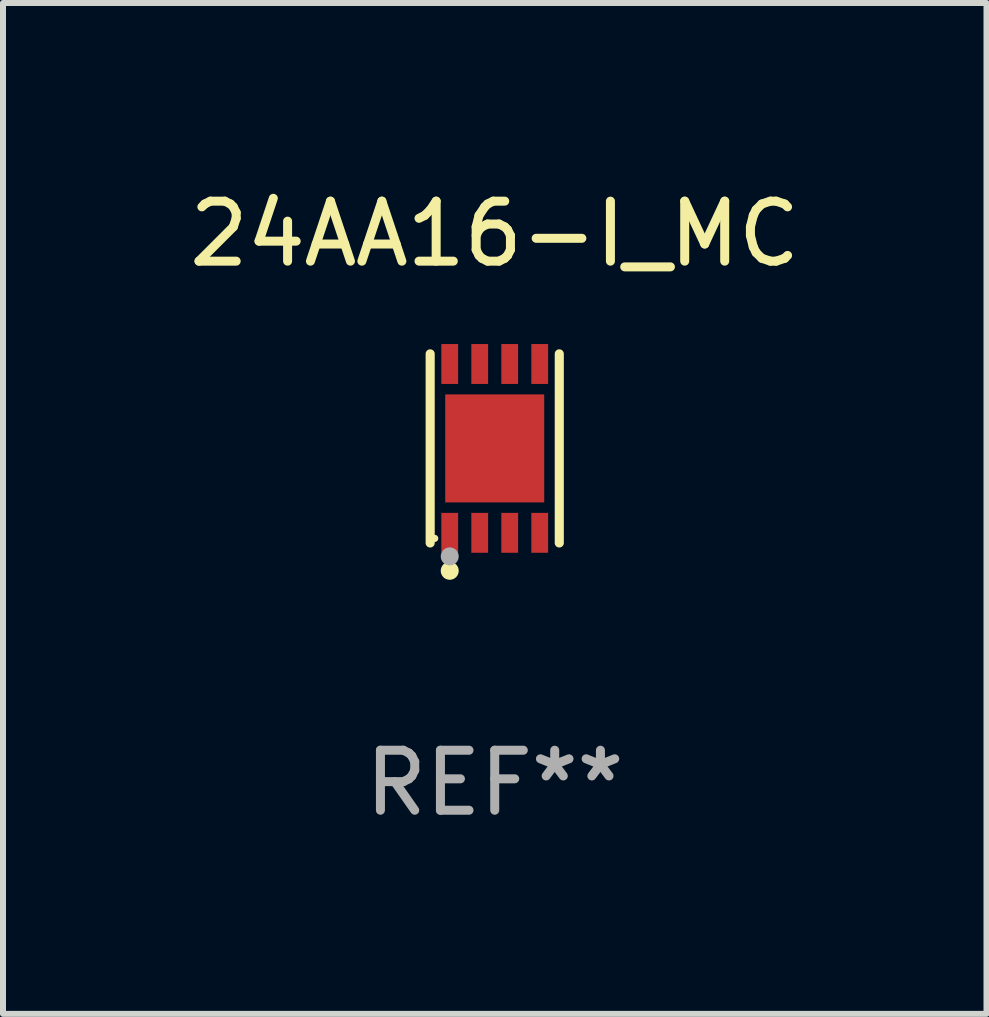
<source format=kicad_pcb>
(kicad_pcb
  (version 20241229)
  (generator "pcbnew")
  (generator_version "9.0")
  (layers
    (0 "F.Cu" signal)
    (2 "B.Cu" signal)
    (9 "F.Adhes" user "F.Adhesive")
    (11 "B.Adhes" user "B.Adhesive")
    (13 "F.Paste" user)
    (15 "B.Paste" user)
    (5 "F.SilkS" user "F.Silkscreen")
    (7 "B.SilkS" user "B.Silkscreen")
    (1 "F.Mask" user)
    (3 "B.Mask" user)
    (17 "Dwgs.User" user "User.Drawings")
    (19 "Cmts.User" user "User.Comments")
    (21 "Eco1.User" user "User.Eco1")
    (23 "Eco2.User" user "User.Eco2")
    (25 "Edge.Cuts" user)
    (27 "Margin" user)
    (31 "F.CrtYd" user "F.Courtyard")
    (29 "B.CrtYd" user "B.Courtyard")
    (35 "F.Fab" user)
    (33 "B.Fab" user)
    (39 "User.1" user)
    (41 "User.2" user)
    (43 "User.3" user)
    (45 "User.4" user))
  (footprint "24AA16-I_MC"
    (layer "F.Cu")
    (at 5.196 4.424)
    (property "Reference" "24AA16-I_MC" (at 0 -3.576 0) (layer "F.SilkS") (effects (font (size 1 1) (thickness 0.15))))
    (attr through_hole)
    (fp_line (start -1.076 1.576) (end -1.076 -1.576) (stroke (width 0.152) (type solid)) (layer "F.SilkS"))
    (fp_line (start 1.076 1.576) (end 1.076 -1.576) (stroke (width 0.152) (type solid)) (layer "F.SilkS"))
    (fp_circle (center -1 1.5) (end -0.97 1.5) (stroke (width 0.06) (type solid)) (fill no) (layer "F.SilkS"))
    (fp_circle (center -0.75 2.04) (end -0.675 2.04) (stroke (width 0.15) (type solid)) (fill no) (layer "F.SilkS"))
    (fp_circle (center -0.75 1.8) (end -0.675 1.8) (stroke (width 0.15) (type solid)) (fill no) (layer "F.Fab"))
    (fp_text user "REF**" (at 0 5.576 0) (layer "F.Fab") (effects (font (size 1 1) (thickness 0.15))))
    (pad "1" smd rect (at -0.75 1.407) (size 0.28 0.665) (layers "F.Cu" "F.Mask" "F.Paste"))
    (pad "2" smd rect (at -0.25 1.407) (size 0.28 0.665) (layers "F.Cu" "F.Mask" "F.Paste"))
    (pad "3" smd rect (at 0.25 1.407) (size 0.28 0.665) (layers "F.Cu" "F.Mask" "F.Paste"))
    (pad "4" smd rect (at 0.75 1.407) (size 0.28 0.665) (layers "F.Cu" "F.Mask" "F.Paste"))
    (pad "5" smd rect (at 0.75 -1.407) (size 0.28 0.665) (layers "F.Cu" "F.Mask" "F.Paste"))
    (pad "6" smd rect (at 0.25 -1.407) (size 0.28 0.665) (layers "F.Cu" "F.Mask" "F.Paste"))
    (pad "7" smd rect (at -0.25 -1.407) (size 0.28 0.665) (layers "F.Cu" "F.Mask" "F.Paste"))
    (pad "8" smd rect (at -0.75 -1.407) (size 0.28 0.665) (layers "F.Cu" "F.Mask" "F.Paste"))
    (pad "9" smd rect (at 0 0) (size 1.65 1.8) (layers "F.Cu" "F.Mask" "F.Paste")))
  (gr_rect
    (start -3 -3)
    (end 13.393 13.849)
    (stroke (width 0.1) (type default))
    (fill no)
    (layer "Edge.Cuts")))
</source>
